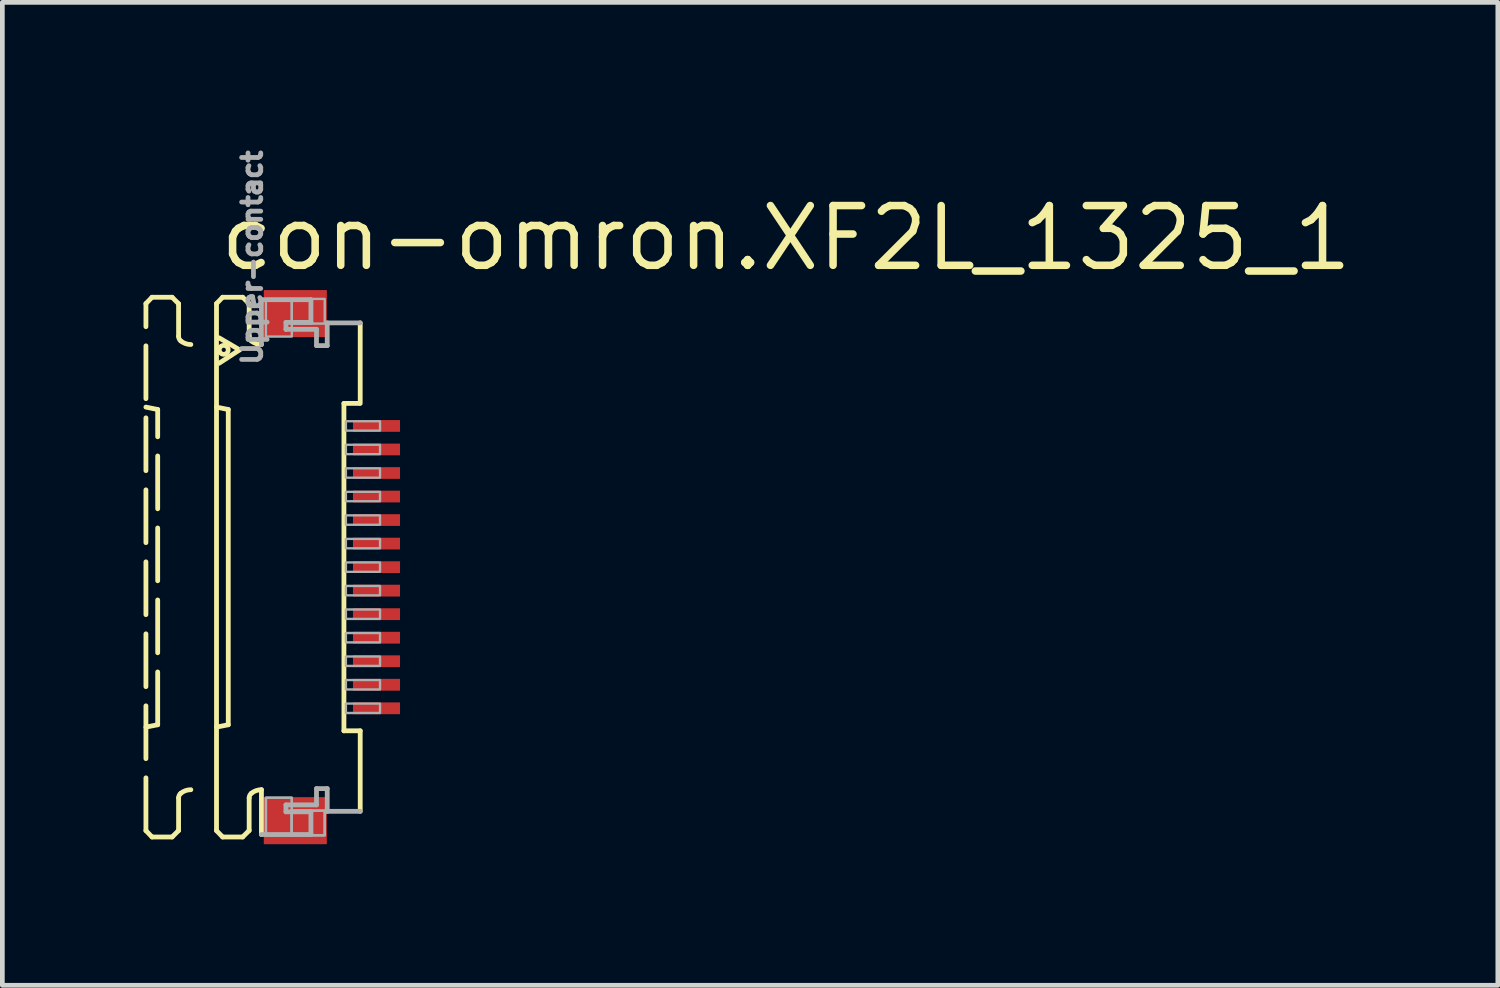
<source format=kicad_pcb>
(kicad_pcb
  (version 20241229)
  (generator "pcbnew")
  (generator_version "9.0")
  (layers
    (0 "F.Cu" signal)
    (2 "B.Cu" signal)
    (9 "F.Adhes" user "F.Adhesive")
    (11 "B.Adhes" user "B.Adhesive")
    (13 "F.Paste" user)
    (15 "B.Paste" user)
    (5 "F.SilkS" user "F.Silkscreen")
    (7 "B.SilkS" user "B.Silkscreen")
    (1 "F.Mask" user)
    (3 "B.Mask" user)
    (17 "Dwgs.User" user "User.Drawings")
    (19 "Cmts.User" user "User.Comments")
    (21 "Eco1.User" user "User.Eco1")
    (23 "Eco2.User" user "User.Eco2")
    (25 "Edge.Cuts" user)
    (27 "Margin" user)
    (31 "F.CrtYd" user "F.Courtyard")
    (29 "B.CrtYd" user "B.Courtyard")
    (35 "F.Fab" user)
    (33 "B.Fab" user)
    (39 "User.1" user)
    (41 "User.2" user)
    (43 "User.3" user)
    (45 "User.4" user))
  (footprint "con-omron.XF2L_1325_1"
    (layer "F.Cu")
    (at 3.046 9.002)
    (property "Reference" "con-omron.XF2L_1325_1" (at -1.5 -6.25 0) (layer "F.SilkS") (effects (font (size 1.27 1.27) (thickness 0.16)) (justify left bottom)))
    (attr smd)
    (fp_rect (start 1.355 -2.825) (end 2.455 -3.175) (stroke (width 0.05) (type default)) (fill yes) (layer "F.Mask"))
    (fp_rect (start 1.355 -2.325) (end 2.455 -2.675) (stroke (width 0.05) (type default)) (fill yes) (layer "F.Mask"))
    (fp_rect (start 1.355 -1.825) (end 2.455 -2.175) (stroke (width 0.05) (type default)) (fill yes) (layer "F.Mask"))
    (fp_rect (start 1.355 -1.325) (end 2.455 -1.675) (stroke (width 0.05) (type default)) (fill yes) (layer "F.Mask"))
    (fp_rect (start 1.355 -0.825) (end 2.455 -1.175) (stroke (width 0.05) (type default)) (fill yes) (layer "F.Mask"))
    (fp_rect (start 1.355 -0.325) (end 2.455 -0.675) (stroke (width 0.05) (type default)) (fill yes) (layer "F.Mask"))
    (fp_rect (start 1.355 0.175) (end 2.455 -0.175) (stroke (width 0.05) (type default)) (fill yes) (layer "F.Mask"))
    (fp_rect (start 1.355 0.675) (end 2.455 0.325) (stroke (width 0.05) (type default)) (fill yes) (layer "F.Mask"))
    (fp_rect (start 1.355 1.175) (end 2.455 0.825) (stroke (width 0.05) (type default)) (fill yes) (layer "F.Mask"))
    (fp_rect (start 1.355 1.675) (end 2.455 1.325) (stroke (width 0.05) (type default)) (fill yes) (layer "F.Mask"))
    (fp_rect (start 1.355 2.175) (end 2.455 1.825) (stroke (width 0.05) (type default)) (fill yes) (layer "F.Mask"))
    (fp_rect (start 1.355 2.675) (end 2.455 2.325) (stroke (width 0.05) (type default)) (fill yes) (layer "F.Mask"))
    (fp_rect (start 1.355 3.175) (end 2.455 2.825) (stroke (width 0.05) (type default)) (fill yes) (layer "F.Mask"))
    (fp_line (start -2.995 -5.6) (end -2.865 -5.735) (stroke (width 0.102) (type default)) (layer "F.SilkS"))
    (fp_line (start -2.995 -3.4) (end -2.745 -3.35) (stroke (width 0.102) (type default)) (layer "F.SilkS"))
    (fp_line (start -2.995 5.6) (end -2.995 -5.6) (stroke (width 0.102) (type dash)) (layer "F.SilkS"))
    (fp_line (start -2.995 5.6) (end -2.865 5.735) (stroke (width 0.102) (type default)) (layer "F.SilkS"))
    (fp_line (start -2.865 -5.735) (end -2.438 -5.735) (stroke (width 0.102) (type dash)) (layer "F.SilkS"))
    (fp_line (start -2.865 5.735) (end -2.438 5.735) (stroke (width 0.102) (type dash)) (layer "F.SilkS"))
    (fp_line (start -2.745 3.35) (end -2.995 3.4) (stroke (width 0.102) (type default)) (layer "F.SilkS"))
    (fp_line (start -2.745 3.35) (end -2.745 -3.35) (stroke (width 0.102) (type dash)) (layer "F.SilkS"))
    (fp_line (start -2.438 -5.735) (end -2.301 -5.598) (stroke (width 0.102) (type default)) (layer "F.SilkS"))
    (fp_line (start -2.438 5.735) (end -2.301 5.598) (stroke (width 0.102) (type default)) (layer "F.SilkS"))
    (fp_line (start -2.301 -5.598) (end -2.301 -4.906) (stroke (width 0.102) (type dash)) (layer "F.SilkS"))
    (fp_line (start -2.301 5.598) (end -2.301 4.906) (stroke (width 0.102) (type dash)) (layer "F.SilkS"))
    (fp_line (start -1.495 -5.6) (end -1.365 -5.735) (stroke (width 0.102) (type default)) (layer "F.SilkS"))
    (fp_line (start -1.495 -3.4) (end -1.245 -3.35) (stroke (width 0.102) (type default)) (layer "F.SilkS"))
    (fp_line (start -1.495 5.6) (end -1.495 -5.6) (stroke (width 0.102) (type default)) (layer "F.SilkS"))
    (fp_line (start -1.495 5.6) (end -1.365 5.735) (stroke (width 0.102) (type default)) (layer "F.SilkS"))
    (fp_line (start -1.441 -4.873) (end -1.005 -4.617) (stroke (width 0.102) (type default)) (layer "F.SilkS"))
    (fp_line (start -1.365 -5.735) (end -0.939 -5.735) (stroke (width 0.102) (type default)) (layer "F.SilkS"))
    (fp_line (start -1.365 5.735) (end -0.939 5.735) (stroke (width 0.102) (type default)) (layer "F.SilkS"))
    (fp_line (start -1.245 3.35) (end -1.495 3.4) (stroke (width 0.102) (type default)) (layer "F.SilkS"))
    (fp_line (start -1.245 3.35) (end -1.245 -3.35) (stroke (width 0.102) (type default)) (layer "F.SilkS"))
    (fp_line (start -1.005 -4.617) (end -1.441 -4.332) (stroke (width 0.102) (type default)) (layer "F.SilkS"))
    (fp_line (start -0.939 -5.735) (end -0.801 -5.598) (stroke (width 0.102) (type default)) (layer "F.SilkS"))
    (fp_line (start -0.939 5.735) (end -0.801 5.598) (stroke (width 0.102) (type default)) (layer "F.SilkS"))
    (fp_line (start -0.801 -5.598) (end -0.801 -4.906) (stroke (width 0.102) (type default)) (layer "F.SilkS"))
    (fp_line (start -0.801 5.598) (end -0.801 4.906) (stroke (width 0.102) (type default)) (layer "F.SilkS"))
    (fp_line (start -0.54 4.73) (end -0.54 5.683) (stroke (width 0.102) (type default)) (layer "F.SilkS"))
    (fp_line (start 1.213 3.479) (end 1.213 -3.479) (stroke (width 0.102) (type default)) (layer "F.SilkS"))
    (fp_line (start 1.538 -3.479) (end 1.213 -3.479) (stroke (width 0.102) (type default)) (layer "F.SilkS"))
    (fp_line (start 1.559 -5.19) (end 1.559 -3.479) (stroke (width 0.102) (type default)) (layer "F.SilkS"))
    (fp_line (start 1.559 3.479) (end 1.213 3.479) (stroke (width 0.102) (type default)) (layer "F.SilkS"))
    (fp_line (start 1.559 5.19) (end 1.559 3.479) (stroke (width 0.102) (type default)) (layer "F.SilkS"))
    (fp_arc (start -2.301 4.9057) (mid -2.288538 4.850596) (end -2.2536 4.8062) (stroke (width 0.1016) (type default)) (layer "F.SilkS"))
    (fp_arc (start -2.2536 -4.8062) (mid -2.288538 -4.850596) (end -2.301 -4.9057) (stroke (width 0.1016) (type default)) (layer "F.SilkS"))
    (fp_arc (start -2.2536 4.8062) (mid -2.153476 4.749936) (end -2.0403 4.7304) (stroke (width 0.1016) (type default)) (layer "F.SilkS"))
    (fp_arc (start -2.0403 -4.7304) (mid -2.153476 -4.749936) (end -2.2536 -4.8062) (stroke (width 0.1016) (type default)) (layer "F.SilkS"))
    (fp_arc (start -0.801 4.9057) (mid -0.788538 4.850596) (end -0.7536 4.8062) (stroke (width 0.1016) (type default)) (layer "F.SilkS"))
    (fp_arc (start -0.7536 -4.8062) (mid -0.788538 -4.850596) (end -0.801 -4.9057) (stroke (width 0.1016) (type default)) (layer "F.SilkS"))
    (fp_arc (start -0.7536 4.8062) (mid -0.653476 4.749936) (end -0.5403 4.7304) (stroke (width 0.1016) (type default)) (layer "F.SilkS"))
    (fp_arc (start -0.5403 -4.7304) (mid -0.653476 -4.749936) (end -0.7536 -4.8062) (stroke (width 0.1016) (type default)) (layer "F.SilkS"))
    (fp_circle (center -1.341 -4.617) (end -1.246 -4.617) (stroke (width 0.1) (type default)) (fill no) (layer "F.SilkS"))
    (fp_line (start -0.54 -5.683) (end 0.512 -5.683) (stroke (width 0.102) (type default)) (layer "F.Fab"))
    (fp_line (start -0.54 -4.73) (end -0.54 -5.683) (stroke (width 0.102) (type default)) (layer "F.Fab"))
    (fp_line (start -0.54 5.683) (end 0.512 5.683) (stroke (width 0.102) (type default)) (layer "F.Fab"))
    (fp_line (start -0.019 -5.2) (end -0.019 -5.053) (stroke (width 0.102) (type default)) (layer "F.Fab"))
    (fp_line (start -0.019 -5.053) (end 0.63 -5.053) (stroke (width 0.102) (type default)) (layer "F.Fab"))
    (fp_line (start -0.019 5.053) (end 0.63 5.053) (stroke (width 0.102) (type default)) (layer "F.Fab"))
    (fp_line (start -0.019 5.2) (end -0.019 5.053) (stroke (width 0.102) (type default)) (layer "F.Fab"))
    (fp_line (start 0.512 -5.683) (end 0.512 -5.2) (stroke (width 0.102) (type default)) (layer "F.Fab"))
    (fp_line (start 0.512 -5.2) (end -0.019 -5.2) (stroke (width 0.102) (type default)) (layer "F.Fab"))
    (fp_line (start 0.512 5.2) (end -0.019 5.2) (stroke (width 0.102) (type default)) (layer "F.Fab"))
    (fp_line (start 0.512 5.683) (end 0.512 5.2) (stroke (width 0.102) (type default)) (layer "F.Fab"))
    (fp_line (start 0.63 -5.053) (end 0.63 -4.707) (stroke (width 0.102) (type default)) (layer "F.Fab"))
    (fp_line (start 0.63 -4.707) (end 0.858 -4.707) (stroke (width 0.102) (type default)) (layer "F.Fab"))
    (fp_line (start 0.63 4.707) (end 0.858 4.707) (stroke (width 0.102) (type default)) (layer "F.Fab"))
    (fp_line (start 0.63 5.053) (end 0.63 4.707) (stroke (width 0.102) (type default)) (layer "F.Fab"))
    (fp_line (start 0.858 -5.19) (end 1.559 -5.19) (stroke (width 0.102) (type default)) (layer "F.Fab"))
    (fp_line (start 0.858 -4.707) (end 0.858 -5.19) (stroke (width 0.102) (type default)) (layer "F.Fab"))
    (fp_line (start 0.858 4.707) (end 0.858 5.19) (stroke (width 0.102) (type default)) (layer "F.Fab"))
    (fp_line (start 0.858 5.19) (end 1.559 5.19) (stroke (width 0.102) (type default)) (layer "F.Fab"))
    (fp_rect (start -0.445 -4.9) (end 0.105 -5.7) (stroke (width 0.05) (type default)) (fill no) (layer "F.Fab"))
    (fp_rect (start -0.445 5.7) (end 0.105 4.9) (stroke (width 0.05) (type default)) (fill no) (layer "F.Fab"))
    (fp_rect (start -0.445 5.7) (end 0.105 4.9) (stroke (width 0.05) (type default)) (fill no) (layer "F.Fab"))
    (fp_rect (start 0.105 -5.175) (end 0.805 -5.7) (stroke (width 0.05) (type default)) (fill no) (layer "F.Fab"))
    (fp_rect (start 0.105 5.7) (end 0.805 5.175) (stroke (width 0.05) (type default)) (fill no) (layer "F.Fab"))
    (fp_rect (start 0.105 5.7) (end 0.805 5.175) (stroke (width 0.05) (type default)) (fill no) (layer "F.Fab"))
    (fp_rect (start 1.255 -2.9) (end 1.98 -3.1) (stroke (width 0.05) (type default)) (fill no) (layer "F.Fab"))
    (fp_rect (start 1.255 -2.4) (end 1.98 -2.6) (stroke (width 0.05) (type default)) (fill no) (layer "F.Fab"))
    (fp_rect (start 1.255 -1.9) (end 1.98 -2.1) (stroke (width 0.05) (type default)) (fill no) (layer "F.Fab"))
    (fp_rect (start 1.255 -1.4) (end 1.98 -1.6) (stroke (width 0.05) (type default)) (fill no) (layer "F.Fab"))
    (fp_rect (start 1.255 -0.9) (end 1.98 -1.1) (stroke (width 0.05) (type default)) (fill no) (layer "F.Fab"))
    (fp_rect (start 1.255 -0.4) (end 1.98 -0.6) (stroke (width 0.05) (type default)) (fill no) (layer "F.Fab"))
    (fp_rect (start 1.255 0.1) (end 1.98 -0.1) (stroke (width 0.05) (type default)) (fill no) (layer "F.Fab"))
    (fp_rect (start 1.255 0.6) (end 1.98 0.4) (stroke (width 0.05) (type default)) (fill no) (layer "F.Fab"))
    (fp_rect (start 1.255 1.1) (end 1.98 0.9) (stroke (width 0.05) (type default)) (fill no) (layer "F.Fab"))
    (fp_rect (start 1.255 1.6) (end 1.98 1.4) (stroke (width 0.05) (type default)) (fill no) (layer "F.Fab"))
    (fp_rect (start 1.255 2.1) (end 1.98 1.9) (stroke (width 0.05) (type default)) (fill no) (layer "F.Fab"))
    (fp_rect (start 1.255 2.6) (end 1.98 2.4) (stroke (width 0.05) (type default)) (fill no) (layer "F.Fab"))
    (fp_rect (start 1.255 3.1) (end 1.98 2.9) (stroke (width 0.05) (type default)) (fill no) (layer "F.Fab"))
    (fp_text user "Upper-contact" (at -0.5 -4.25 270) (layer "F.Fab") (effects (font (size 0.406 0.406) (thickness 0.15)) (justify left bottom)))
    (pad "1" smd roundrect (at 1.905 -3) (size 1 0.25) (layers "F.Cu" "F.Mask" "F.Paste") (roundrect_rratio 0.01))
    (pad "2" smd roundrect (at 1.905 -2.5) (size 1 0.25) (layers "F.Cu" "F.Mask" "F.Paste") (roundrect_rratio 0.01))
    (pad "3" smd roundrect (at 1.905 -2) (size 1 0.25) (layers "F.Cu" "F.Mask" "F.Paste") (roundrect_rratio 0.01))
    (pad "4" smd roundrect (at 1.905 -1.5) (size 1 0.25) (layers "F.Cu" "F.Mask" "F.Paste") (roundrect_rratio 0.01))
    (pad "5" smd roundrect (at 1.905 -1) (size 1 0.25) (layers "F.Cu" "F.Mask" "F.Paste") (roundrect_rratio 0.01))
    (pad "6" smd roundrect (at 1.905 -0.5) (size 1 0.25) (layers "F.Cu" "F.Mask" "F.Paste") (roundrect_rratio 0.01))
    (pad "7" smd roundrect (at 1.905 0) (size 1 0.25) (layers "F.Cu" "F.Mask" "F.Paste") (roundrect_rratio 0.01))
    (pad "8" smd roundrect (at 1.905 0.5) (size 1 0.25) (layers "F.Cu" "F.Mask" "F.Paste") (roundrect_rratio 0.01))
    (pad "9" smd roundrect (at 1.905 1) (size 1 0.25) (layers "F.Cu" "F.Mask" "F.Paste") (roundrect_rratio 0.01))
    (pad "10" smd roundrect (at 1.905 1.5) (size 1 0.25) (layers "F.Cu" "F.Mask" "F.Paste") (roundrect_rratio 0.01))
    (pad "11" smd roundrect (at 1.905 2) (size 1 0.25) (layers "F.Cu" "F.Mask" "F.Paste") (roundrect_rratio 0.01))
    (pad "12" smd roundrect (at 1.905 2.5) (size 1 0.25) (layers "F.Cu" "F.Mask" "F.Paste") (roundrect_rratio 0.01))
    (pad "13" smd roundrect (at 1.905 3) (size 1 0.25) (layers "F.Cu" "F.Mask" "F.Paste") (roundrect_rratio 0.01))
    (pad "M1" smd roundrect (at 0.18 -5.388) (size 1.34 1) (layers "F.Cu" "F.Mask" "F.Paste") (roundrect_rratio 0.01))
    (pad "M2" smd roundrect (at 0.18 5.388) (size 1.34 1) (layers "F.Cu" "F.Mask" "F.Paste") (roundrect_rratio 0.01)))
  (gr_rect
    (start -3 -3)
    (end 28.781 17.889)
    (stroke (width 0.1) (type default))
    (fill no)
    (layer "Edge.Cuts")))
</source>
